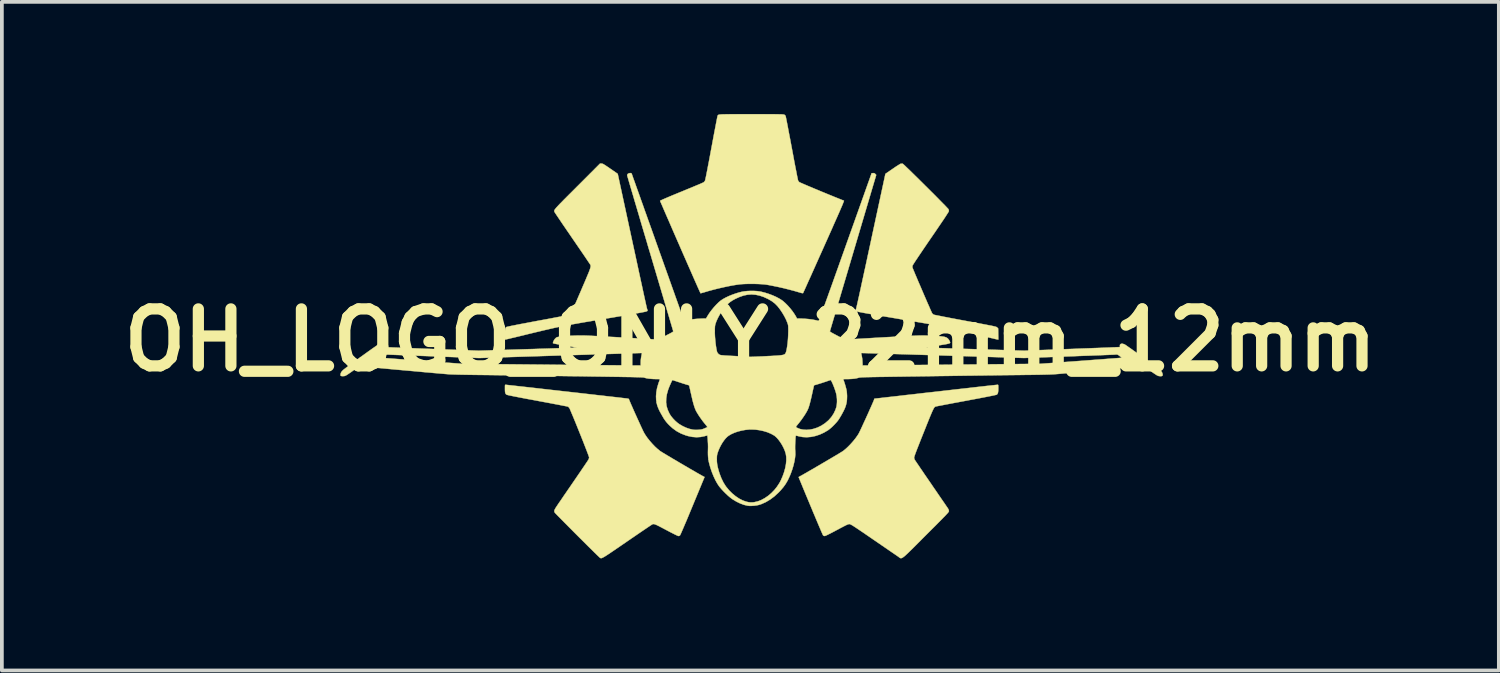
<source format=kicad_pcb>
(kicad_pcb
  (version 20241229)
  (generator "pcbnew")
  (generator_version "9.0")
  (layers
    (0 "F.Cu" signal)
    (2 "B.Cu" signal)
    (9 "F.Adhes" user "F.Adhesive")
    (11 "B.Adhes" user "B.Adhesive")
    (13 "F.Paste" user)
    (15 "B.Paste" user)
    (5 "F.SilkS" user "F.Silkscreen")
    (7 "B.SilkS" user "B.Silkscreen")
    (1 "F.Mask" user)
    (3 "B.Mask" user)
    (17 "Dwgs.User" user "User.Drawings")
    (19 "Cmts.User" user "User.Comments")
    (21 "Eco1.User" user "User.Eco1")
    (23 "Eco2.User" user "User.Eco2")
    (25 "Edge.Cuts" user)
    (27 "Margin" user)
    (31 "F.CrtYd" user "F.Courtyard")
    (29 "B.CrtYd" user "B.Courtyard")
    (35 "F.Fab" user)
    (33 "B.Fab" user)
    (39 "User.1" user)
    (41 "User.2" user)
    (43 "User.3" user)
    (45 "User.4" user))
  (footprint "OH_LOGO_ONLY_22mm_12mm"
    (layer "F.Cu")
    (at 17.025 6.049)
    (property "Reference" "OH_LOGO_ONLY_22mm_12mm" (at 0 0 0) (layer "F.SilkS") (effects (font (size 1.524 1.524) (thickness 0.3))))
    (attr through_hole)
    (fp_poly (pts (xy 4.076 -4.719) (xy 4.085 -4.712) (xy 4.105 -4.694) (xy 4.135 -4.667) (xy 4.173 -4.63) (xy 4.22 -4.585) (xy 4.274 -4.533) (xy 4.333 -4.475) (xy 4.398 -4.411) (xy 4.467 -4.344) (xy 4.538 -4.273) (xy 4.612 -4.2) (xy 4.686 -4.126) (xy 4.761 -4.052) (xy 4.835 -3.978) (xy 4.907 -3.907) (xy 4.975 -3.838) (xy 5.04 -3.772) (xy 5.1 -3.711) (xy 5.154 -3.656) (xy 5.202 -3.608) (xy 5.241 -3.567) (xy 5.271 -3.535) (xy 5.292 -3.513) (xy 5.302 -3.501) (xy 5.302 -3.5) (xy 5.311 -3.468) (xy 5.311 -3.448) (xy 5.305 -3.436) (xy 5.289 -3.409) (xy 5.264 -3.37) (xy 5.23 -3.317) (xy 5.186 -3.25) (xy 5.132 -3.17) (xy 5.069 -3.077) (xy 4.997 -2.971) (xy 4.916 -2.852) (xy 4.826 -2.721) (xy 4.747 -2.606) (xy 4.674 -2.499) (xy 4.607 -2.4) (xy 4.547 -2.311) (xy 4.493 -2.231) (xy 4.447 -2.162) (xy 4.408 -2.103) (xy 4.378 -2.056) (xy 4.356 -2.021) (xy 4.343 -1.999) (xy 4.339 -1.992) (xy 4.336 -1.966) (xy 4.337 -1.944) (xy 4.337 -1.943) (xy 4.341 -1.931) (xy 4.352 -1.904) (xy 4.368 -1.865) (xy 4.389 -1.815) (xy 4.413 -1.756) (xy 4.442 -1.689) (xy 4.473 -1.615) (xy 4.507 -1.535) (xy 4.543 -1.453) (xy 4.579 -1.368) (xy 4.616 -1.282) (xy 4.652 -1.198) (xy 4.688 -1.115) (xy 4.722 -1.036) (xy 4.754 -0.963) (xy 4.784 -0.896) (xy 4.809 -0.837) (xy 4.831 -0.788) (xy 4.848 -0.75) (xy 4.86 -0.725) (xy 4.866 -0.714) (xy 4.866 -0.714) (xy 4.886 -0.694) (xy 4.906 -0.681) (xy 4.917 -0.677) (xy 4.944 -0.671) (xy 4.985 -0.663) (xy 5.039 -0.652) (xy 5.106 -0.639) (xy 5.183 -0.623) (xy 5.27 -0.607) (xy 5.365 -0.588) (xy 5.468 -0.569) (xy 5.577 -0.548) (xy 5.691 -0.527) (xy 5.754 -0.515) (xy 5.889 -0.49) (xy 6.009 -0.468) (xy 6.114 -0.448) (xy 6.205 -0.431) (xy 6.284 -0.416) (xy 6.351 -0.403) (xy 6.408 -0.392) (xy 6.455 -0.383) (xy 6.493 -0.375) (xy 6.523 -0.368) (xy 6.547 -0.362) (xy 6.565 -0.357) (xy 6.578 -0.353) (xy 6.588 -0.349) (xy 6.595 -0.345) (xy 6.6 -0.341) (xy 6.604 -0.337) (xy 6.604 -0.337) (xy 6.63 -0.311) (xy 6.632 -0.163) (xy 6.635 -0.015) (xy 6.615 -0.016) (xy 6.604 -0.018) (xy 6.577 -0.024) (xy 6.537 -0.033) (xy 6.486 -0.046) (xy 6.423 -0.06) (xy 6.352 -0.078) (xy 6.273 -0.097) (xy 6.188 -0.117) (xy 6.101 -0.139) (xy 5.913 -0.185) (xy 5.741 -0.226) (xy 5.583 -0.263) (xy 5.44 -0.297) (xy 5.31 -0.326) (xy 5.193 -0.352) (xy 5.088 -0.374) (xy 4.995 -0.393) (xy 4.958 -0.4) (xy 4.928 -0.405) (xy 4.883 -0.413) (xy 4.824 -0.423) (xy 4.752 -0.436) (xy 4.669 -0.45) (xy 4.576 -0.466) (xy 4.473 -0.483) (xy 4.363 -0.502) (xy 4.247 -0.522) (xy 4.126 -0.542) (xy 4.001 -0.563) (xy 3.873 -0.585) (xy 3.861 -0.587) (xy 3.736 -0.608) (xy 3.615 -0.628) (xy 3.499 -0.648) (xy 3.389 -0.667) (xy 3.287 -0.685) (xy 3.193 -0.701) (xy 3.108 -0.716) (xy 3.034 -0.729) (xy 2.973 -0.741) (xy 2.924 -0.75) (xy 2.889 -0.757) (xy 2.87 -0.761) (xy 2.868 -0.762) (xy 2.839 -0.772) (xy 2.824 -0.78) (xy 2.818 -0.788) (xy 2.819 -0.797) (xy 2.823 -0.811) (xy 2.828 -0.828) (xy 2.833 -0.849) (xy 2.84 -0.876) (xy 2.847 -0.908) (xy 2.856 -0.946) (xy 2.866 -0.991) (xy 2.878 -1.043) (xy 2.891 -1.104) (xy 2.907 -1.173) (xy 2.924 -1.252) (xy 2.944 -1.341) (xy 2.965 -1.441) (xy 2.989 -1.552) (xy 3.016 -1.675) (xy 3.045 -1.81) (xy 3.078 -1.959) (xy 3.113 -2.122) (xy 3.151 -2.3) (xy 3.193 -2.493) (xy 3.238 -2.702) (xy 3.239 -2.708) (xy 3.614 -4.448) (xy 3.811 -4.583) (xy 3.863 -4.619) (xy 3.911 -4.651) (xy 3.954 -4.678) (xy 3.99 -4.7) (xy 4.016 -4.715) (xy 4.03 -4.721) (xy 4.031 -4.721) (xy 4.057 -4.721) (xy 4.076 -4.719)) (stroke (width 0.01) (type solid)) (fill yes) (layer "F.SilkS"))
    (fp_poly (pts (xy -3.983 -4.723) (xy -3.971 -4.722) (xy -3.959 -4.719) (xy -3.944 -4.714) (xy -3.925 -4.704) (xy -3.901 -4.689) (xy -3.869 -4.669) (xy -3.828 -4.641) (xy -3.775 -4.605) (xy -3.746 -4.585) (xy -3.548 -4.448) (xy -3.165 -2.674) (xy -3.128 -2.503) (xy -3.092 -2.337) (xy -3.057 -2.175) (xy -3.023 -2.018) (xy -2.991 -1.868) (xy -2.96 -1.726) (xy -2.931 -1.591) (xy -2.903 -1.465) (xy -2.878 -1.348) (xy -2.855 -1.242) (xy -2.834 -1.147) (xy -2.816 -1.064) (xy -2.8 -0.993) (xy -2.788 -0.936) (xy -2.778 -0.894) (xy -2.772 -0.866) (xy -2.769 -0.854) (xy -2.76 -0.826) (xy -2.753 -0.802) (xy -2.75 -0.793) (xy -2.751 -0.784) (xy -2.761 -0.776) (xy -2.784 -0.767) (xy -2.803 -0.761) (xy -2.819 -0.757) (xy -2.851 -0.751) (xy -2.897 -0.742) (xy -2.956 -0.731) (xy -3.027 -0.718) (xy -3.11 -0.704) (xy -3.202 -0.687) (xy -3.304 -0.67) (xy -3.412 -0.651) (xy -3.528 -0.632) (xy -3.649 -0.611) (xy -3.774 -0.59) (xy -3.822 -0.582) (xy -3.992 -0.554) (xy -4.145 -0.528) (xy -4.285 -0.504) (xy -4.413 -0.483) (xy -4.529 -0.463) (xy -4.635 -0.444) (xy -4.732 -0.427) (xy -4.823 -0.411) (xy -4.907 -0.395) (xy -4.988 -0.38) (xy -5.065 -0.364) (xy -5.14 -0.349) (xy -5.215 -0.333) (xy -5.291 -0.316) (xy -5.37 -0.298) (xy -5.452 -0.279) (xy -5.539 -0.259) (xy -5.633 -0.236) (xy -5.735 -0.212) (xy -5.846 -0.185) (xy -5.967 -0.156) (xy -6.002 -0.147) (xy -6.095 -0.124) (xy -6.183 -0.103) (xy -6.265 -0.083) (xy -6.34 -0.065) (xy -6.406 -0.05) (xy -6.461 -0.036) (xy -6.505 -0.026) (xy -6.536 -0.019) (xy -6.552 -0.016) (xy -6.554 -0.015) (xy -6.559 -0.019) (xy -6.562 -0.03) (xy -6.564 -0.052) (xy -6.565 -0.086) (xy -6.566 -0.134) (xy -6.566 -0.155) (xy -6.565 -0.214) (xy -6.563 -0.259) (xy -6.56 -0.291) (xy -6.555 -0.315) (xy -6.546 -0.331) (xy -6.535 -0.344) (xy -6.526 -0.35) (xy -6.515 -0.353) (xy -6.487 -0.36) (xy -6.445 -0.369) (xy -6.389 -0.381) (xy -6.32 -0.394) (xy -6.238 -0.411) (xy -6.145 -0.429) (xy -6.041 -0.448) (xy -5.927 -0.47) (xy -5.805 -0.493) (xy -5.683 -0.516) (xy -5.547 -0.541) (xy -5.426 -0.563) (xy -5.32 -0.583) (xy -5.228 -0.601) (xy -5.148 -0.616) (xy -5.08 -0.629) (xy -5.023 -0.64) (xy -4.975 -0.65) (xy -4.936 -0.658) (xy -4.905 -0.665) (xy -4.881 -0.671) (xy -4.862 -0.676) (xy -4.848 -0.681) (xy -4.837 -0.685) (xy -4.829 -0.689) (xy -4.826 -0.691) (xy -4.819 -0.696) (xy -4.813 -0.702) (xy -4.807 -0.709) (xy -4.799 -0.72) (xy -4.791 -0.734) (xy -4.78 -0.754) (xy -4.768 -0.78) (xy -4.752 -0.814) (xy -4.733 -0.856) (xy -4.71 -0.907) (xy -4.684 -0.968) (xy -4.652 -1.041) (xy -4.615 -1.127) (xy -4.572 -1.227) (xy -4.532 -1.319) (xy -4.483 -1.435) (xy -4.439 -1.536) (xy -4.402 -1.623) (xy -4.371 -1.698) (xy -4.344 -1.762) (xy -4.322 -1.815) (xy -4.305 -1.86) (xy -4.292 -1.896) (xy -4.282 -1.926) (xy -4.276 -1.949) (xy -4.273 -1.968) (xy -4.272 -1.983) (xy -4.273 -1.995) (xy -4.276 -2.005) (xy -4.28 -2.015) (xy -4.283 -2.021) (xy -4.29 -2.031) (xy -4.305 -2.054) (xy -4.329 -2.089) (xy -4.36 -2.135) (xy -4.398 -2.192) (xy -4.442 -2.257) (xy -4.492 -2.33) (xy -4.547 -2.41) (xy -4.606 -2.496) (xy -4.668 -2.587) (xy -4.734 -2.683) (xy -4.763 -2.725) (xy -4.829 -2.822) (xy -4.893 -2.915) (xy -4.953 -3.003) (xy -5.01 -3.086) (xy -5.061 -3.162) (xy -5.108 -3.231) (xy -5.148 -3.291) (xy -5.182 -3.341) (xy -5.209 -3.381) (xy -5.227 -3.409) (xy -5.237 -3.425) (xy -5.239 -3.428) (xy -5.242 -3.437) (xy -5.245 -3.445) (xy -5.246 -3.453) (xy -5.245 -3.463) (xy -5.242 -3.474) (xy -5.235 -3.487) (xy -5.224 -3.503) (xy -5.208 -3.523) (xy -5.187 -3.548) (xy -5.16 -3.577) (xy -5.127 -3.613) (xy -5.086 -3.656) (xy -5.037 -3.705) (xy -4.98 -3.764) (xy -4.913 -3.831) (xy -4.837 -3.907) (xy -4.75 -3.994) (xy -4.652 -4.092) (xy -4.629 -4.115) (xy -4.021 -4.723) (xy -3.983 -4.723)) (stroke (width 0.01) (type solid)) (fill yes) (layer "F.SilkS"))
    (fp_poly (pts (xy -0.007 -6.044) (xy 0.035 -6.044) (xy 0.174 -6.044) (xy 0.298 -6.044) (xy 0.407 -6.043) (xy 0.502 -6.043) (xy 0.583 -6.043) (xy 0.653 -6.043) (xy 0.712 -6.042) (xy 0.761 -6.041) (xy 0.801 -6.04) (xy 0.833 -6.04) (xy 0.858 -6.038) (xy 0.877 -6.037) (xy 0.89 -6.035) (xy 0.9 -6.033) (xy 0.907 -6.031) (xy 0.911 -6.03) (xy 0.931 -6.013) (xy 0.944 -5.996) (xy 0.946 -5.985) (xy 0.952 -5.958) (xy 0.96 -5.917) (xy 0.971 -5.863) (xy 0.984 -5.797) (xy 0.999 -5.72) (xy 1.015 -5.633) (xy 1.033 -5.538) (xy 1.053 -5.435) (xy 1.074 -5.325) (xy 1.095 -5.211) (xy 1.11 -5.133) (xy 1.132 -5.015) (xy 1.153 -4.902) (xy 1.173 -4.794) (xy 1.192 -4.694) (xy 1.21 -4.601) (xy 1.227 -4.517) (xy 1.241 -4.443) (xy 1.253 -4.381) (xy 1.264 -4.331) (xy 1.271 -4.294) (xy 1.276 -4.273) (xy 1.278 -4.267) (xy 1.294 -4.244) (xy 1.31 -4.226) (xy 1.32 -4.221) (xy 1.344 -4.21) (xy 1.381 -4.194) (xy 1.429 -4.173) (xy 1.487 -4.148) (xy 1.553 -4.12) (xy 1.625 -4.09) (xy 1.703 -4.057) (xy 1.785 -4.023) (xy 1.868 -3.988) (xy 1.953 -3.953) (xy 2.036 -3.919) (xy 2.118 -3.885) (xy 2.195 -3.854) (xy 2.267 -3.824) (xy 2.333 -3.798) (xy 2.39 -3.775) (xy 2.437 -3.756) (xy 2.473 -3.742) (xy 2.496 -3.733) (xy 2.504 -3.731) (xy 2.505 -3.728) (xy 2.503 -3.72) (xy 2.498 -3.706) (xy 2.49 -3.685) (xy 2.479 -3.657) (xy 2.465 -3.621) (xy 2.446 -3.577) (xy 2.423 -3.524) (xy 2.396 -3.461) (xy 2.364 -3.388) (xy 2.327 -3.304) (xy 2.284 -3.208) (xy 2.236 -3.1) (xy 2.183 -2.979) (xy 2.123 -2.845) (xy 2.057 -2.697) (xy 1.984 -2.534) (xy 1.969 -2.5) (xy 1.908 -2.364) (xy 1.848 -2.231) (xy 1.791 -2.103) (xy 1.737 -1.982) (xy 1.685 -1.866) (xy 1.637 -1.759) (xy 1.592 -1.659) (xy 1.551 -1.569) (xy 1.515 -1.488) (xy 1.484 -1.419) (xy 1.458 -1.361) (xy 1.437 -1.315) (xy 1.422 -1.283) (xy 1.414 -1.264) (xy 1.412 -1.26) (xy 1.407 -1.256) (xy 1.396 -1.256) (xy 1.378 -1.258) (xy 1.35 -1.265) (xy 1.309 -1.277) (xy 1.282 -1.285) (xy 1.161 -1.32) (xy 1.03 -1.354) (xy 0.896 -1.388) (xy 0.76 -1.419) (xy 0.629 -1.446) (xy 0.507 -1.47) (xy 0.419 -1.485) (xy 0.369 -1.491) (xy 0.304 -1.496) (xy 0.23 -1.5) (xy 0.149 -1.503) (xy 0.064 -1.504) (xy -0.021 -1.504) (xy -0.102 -1.503) (xy -0.176 -1.5) (xy -0.24 -1.496) (xy -0.274 -1.493) (xy -0.371 -1.48) (xy -0.48 -1.462) (xy -0.599 -1.439) (xy -0.724 -1.412) (xy -0.852 -1.383) (xy -0.979 -1.351) (xy -1.102 -1.318) (xy -1.187 -1.293) (xy -1.233 -1.279) (xy -1.273 -1.268) (xy -1.305 -1.259) (xy -1.325 -1.253) (xy -1.331 -1.252) (xy -1.335 -1.259) (xy -1.346 -1.282) (xy -1.362 -1.318) (xy -1.384 -1.367) (xy -1.412 -1.429) (xy -1.444 -1.502) (xy -1.481 -1.585) (xy -1.522 -1.678) (xy -1.567 -1.781) (xy -1.615 -1.891) (xy -1.667 -2.008) (xy -1.721 -2.132) (xy -1.778 -2.262) (xy -1.837 -2.396) (xy -1.875 -2.484) (xy -1.935 -2.621) (xy -1.993 -2.754) (xy -2.049 -2.882) (xy -2.102 -3.004) (xy -2.152 -3.12) (xy -2.199 -3.228) (xy -2.243 -3.328) (xy -2.282 -3.418) (xy -2.317 -3.499) (xy -2.347 -3.569) (xy -2.372 -3.627) (xy -2.392 -3.672) (xy -2.406 -3.704) (xy -2.413 -3.723) (xy -2.415 -3.726) (xy -2.408 -3.731) (xy -2.385 -3.742) (xy -2.349 -3.759) (xy -2.299 -3.781) (xy -2.236 -3.808) (xy -2.161 -3.84) (xy -2.075 -3.876) (xy -1.978 -3.916) (xy -1.871 -3.96) (xy -1.848 -3.969) (xy -1.754 -4.008) (xy -1.665 -4.045) (xy -1.58 -4.079) (xy -1.503 -4.112) (xy -1.433 -4.141) (xy -1.373 -4.166) (xy -1.324 -4.187) (xy -1.286 -4.204) (xy -1.262 -4.215) (xy -1.253 -4.219) (xy -1.231 -4.239) (xy -1.213 -4.264) (xy -1.212 -4.266) (xy -1.208 -4.279) (xy -1.202 -4.308) (xy -1.192 -4.352) (xy -1.18 -4.41) (xy -1.166 -4.482) (xy -1.149 -4.566) (xy -1.131 -4.663) (xy -1.11 -4.77) (xy -1.088 -4.888) (xy -1.064 -5.016) (xy -1.041 -5.141) (xy -1.019 -5.258) (xy -0.998 -5.371) (xy -0.978 -5.479) (xy -0.959 -5.579) (xy -0.941 -5.672) (xy -0.925 -5.755) (xy -0.911 -5.828) (xy -0.899 -5.89) (xy -0.889 -5.94) (xy -0.882 -5.976) (xy -0.877 -5.997) (xy -0.875 -6.002) (xy -0.872 -6.009) (xy -0.868 -6.015) (xy -0.864 -6.02) (xy -0.857 -6.024) (xy -0.848 -6.028) (xy -0.834 -6.032) (xy -0.816 -6.034) (xy -0.791 -6.037) (xy -0.76 -6.039) (xy -0.721 -6.04) (xy -0.673 -6.041) (xy -0.615 -6.042) (xy -0.546 -6.043) (xy -0.466 -6.043) (xy -0.373 -6.043) (xy -0.266 -6.044) (xy -0.144 -6.044) (xy -0.007 -6.044)) (stroke (width 0.01) (type solid)) (fill yes) (layer "F.SilkS"))
    (fp_poly (pts (xy -6.538 1.196) (xy -6.512 1.199) (xy -6.472 1.204) (xy -6.417 1.21) (xy -6.35 1.217) (xy -6.271 1.226) (xy -6.181 1.236) (xy -6.082 1.247) (xy -5.973 1.259) (xy -5.856 1.272) (xy -5.733 1.286) (xy -5.604 1.301) (xy -5.47 1.316) (xy -5.332 1.332) (xy -5.191 1.347) (xy -5.048 1.364) (xy -4.904 1.38) (xy -4.76 1.396) (xy -4.618 1.412) (xy -4.477 1.428) (xy -4.34 1.444) (xy -4.206 1.459) (xy -4.078 1.474) (xy -3.955 1.487) (xy -3.84 1.501) (xy -3.733 1.513) (xy -3.634 1.524) (xy -3.546 1.534) (xy -3.469 1.543) (xy -3.403 1.551) (xy -3.351 1.557) (xy -3.313 1.561) (xy -3.29 1.564) (xy -3.283 1.565) (xy -3.26 1.57) (xy -3.249 1.578) (xy -3.244 1.594) (xy -3.239 1.606) (xy -3.228 1.633) (xy -3.212 1.671) (xy -3.191 1.72) (xy -3.166 1.776) (xy -3.138 1.84) (xy -3.108 1.908) (xy -3.076 1.98) (xy -3.043 2.052) (xy -3.01 2.125) (xy -2.978 2.195) (xy -2.948 2.261) (xy -2.92 2.322) (xy -2.895 2.375) (xy -2.875 2.419) (xy -2.858 2.452) (xy -2.851 2.468) (xy -2.809 2.538) (xy -2.756 2.615) (xy -2.694 2.693) (xy -2.626 2.771) (xy -2.556 2.845) (xy -2.485 2.91) (xy -2.418 2.965) (xy -2.417 2.966) (xy -2.402 2.976) (xy -2.373 2.994) (xy -2.333 3.019) (xy -2.282 3.049) (xy -2.223 3.085) (xy -2.156 3.124) (xy -2.084 3.168) (xy -2.006 3.213) (xy -1.926 3.261) (xy -1.844 3.309) (xy -1.762 3.357) (xy -1.681 3.404) (xy -1.603 3.45) (xy -1.529 3.492) (xy -1.461 3.532) (xy -1.4 3.567) (xy -1.347 3.597) (xy -1.305 3.621) (xy -1.274 3.638) (xy -1.263 3.644) (xy -1.225 3.663) (xy -1.546 4.438) (xy -1.603 4.575) (xy -1.655 4.701) (xy -1.702 4.814) (xy -1.745 4.914) (xy -1.782 5.001) (xy -1.814 5.075) (xy -1.84 5.135) (xy -1.86 5.18) (xy -1.875 5.211) (xy -1.883 5.226) (xy -1.884 5.228) (xy -1.906 5.239) (xy -1.924 5.242) (xy -1.936 5.239) (xy -1.961 5.227) (xy -1.998 5.21) (xy -2.044 5.187) (xy -2.099 5.159) (xy -2.16 5.128) (xy -2.225 5.093) (xy -2.247 5.082) (xy -2.326 5.04) (xy -2.391 5.006) (xy -2.444 4.978) (xy -2.487 4.957) (xy -2.521 4.941) (xy -2.548 4.931) (xy -2.569 4.924) (xy -2.586 4.922) (xy -2.6 4.922) (xy -2.613 4.925) (xy -2.622 4.928) (xy -2.631 4.934) (xy -2.654 4.949) (xy -2.689 4.972) (xy -2.734 5.002) (xy -2.79 5.04) (xy -2.854 5.083) (xy -2.926 5.132) (xy -3.005 5.186) (xy -3.091 5.245) (xy -3.181 5.306) (xy -3.275 5.371) (xy -3.296 5.385) (xy -3.409 5.463) (xy -3.508 5.531) (xy -3.595 5.59) (xy -3.671 5.642) (xy -3.736 5.686) (xy -3.791 5.723) (xy -3.838 5.754) (xy -3.877 5.779) (xy -3.909 5.798) (xy -3.935 5.813) (xy -3.956 5.823) (xy -3.972 5.83) (xy -3.985 5.834) (xy -3.996 5.835) (xy -4.004 5.833) (xy -4.012 5.83) (xy -4.02 5.826) (xy -4.021 5.825) (xy -4.03 5.818) (xy -4.05 5.799) (xy -4.08 5.77) (xy -4.119 5.733) (xy -4.166 5.687) (xy -4.219 5.634) (xy -4.279 5.575) (xy -4.344 5.511) (xy -4.412 5.443) (xy -4.483 5.372) (xy -4.557 5.299) (xy -4.631 5.225) (xy -4.705 5.151) (xy -4.778 5.077) (xy -4.849 5.006) (xy -4.917 4.937) (xy -4.981 4.873) (xy -5.04 4.813) (xy -5.093 4.759) (xy -5.139 4.713) (xy -5.177 4.674) (xy -5.206 4.644) (xy -5.225 4.624) (xy -5.233 4.614) (xy -5.233 4.614) (xy -5.241 4.596) (xy -5.245 4.578) (xy -5.243 4.558) (xy -5.234 4.535) (xy -5.218 4.505) (xy -5.194 4.466) (xy -5.161 4.417) (xy -5.157 4.411) (xy -5.138 4.382) (xy -5.11 4.341) (xy -5.074 4.29) (xy -5.032 4.228) (xy -4.985 4.158) (xy -4.932 4.082) (xy -4.876 4) (xy -4.817 3.915) (xy -4.757 3.827) (xy -4.703 3.748) (xy -4.644 3.662) (xy -4.588 3.58) (xy -4.535 3.503) (xy -4.487 3.431) (xy -4.443 3.367) (xy -4.405 3.31) (xy -4.373 3.263) (xy -4.349 3.226) (xy -4.333 3.201) (xy -4.325 3.188) (xy -4.325 3.187) (xy -4.317 3.161) (xy -4.313 3.137) (xy -4.317 3.125) (xy -4.326 3.098) (xy -4.34 3.059) (xy -4.359 3.009) (xy -4.382 2.948) (xy -4.409 2.879) (xy -4.438 2.804) (xy -4.47 2.722) (xy -4.504 2.637) (xy -4.539 2.549) (xy -4.575 2.46) (xy -4.611 2.37) (xy -4.646 2.283) (xy -4.68 2.199) (xy -4.713 2.119) (xy -4.743 2.046) (xy -4.771 1.98) (xy -4.795 1.923) (xy -4.815 1.876) (xy -4.83 1.841) (xy -4.841 1.819) (xy -4.845 1.813) (xy -4.862 1.794) (xy -4.878 1.781) (xy -4.88 1.78) (xy -4.89 1.778) (xy -4.915 1.772) (xy -4.955 1.764) (xy -5.009 1.754) (xy -5.074 1.741) (xy -5.15 1.726) (xy -5.236 1.71) (xy -5.33 1.692) (xy -5.431 1.673) (xy -5.539 1.653) (xy -5.652 1.632) (xy -5.698 1.623) (xy -5.844 1.596) (xy -5.975 1.572) (xy -6.09 1.55) (xy -6.19 1.531) (xy -6.276 1.514) (xy -6.348 1.5) (xy -6.406 1.488) (xy -6.453 1.478) (xy -6.487 1.47) (xy -6.51 1.464) (xy -6.522 1.46) (xy -6.523 1.459) (xy -6.54 1.445) (xy -6.551 1.428) (xy -6.559 1.406) (xy -6.563 1.374) (xy -6.565 1.331) (xy -6.565 1.299) (xy -6.565 1.256) (xy -6.565 1.227) (xy -6.563 1.209) (xy -6.56 1.199) (xy -6.554 1.196) (xy -6.548 1.195) (xy -6.538 1.196)) (stroke (width 0.01) (type solid)) (fill yes) (layer "F.SilkS"))
    (fp_poly (pts (xy 6.623 1.196) (xy 6.628 1.199) (xy 6.632 1.209) (xy 6.633 1.227) (xy 6.634 1.257) (xy 6.634 1.293) (xy 6.633 1.35) (xy 6.628 1.393) (xy 6.62 1.425) (xy 6.607 1.447) (xy 6.59 1.461) (xy 6.579 1.464) (xy 6.552 1.47) (xy 6.511 1.479) (xy 6.456 1.491) (xy 6.389 1.504) (xy 6.31 1.52) (xy 6.221 1.537) (xy 6.123 1.556) (xy 6.017 1.576) (xy 5.903 1.597) (xy 5.784 1.62) (xy 5.767 1.623) (xy 5.652 1.644) (xy 5.543 1.665) (xy 5.438 1.684) (xy 5.341 1.703) (xy 5.252 1.719) (xy 5.172 1.735) (xy 5.103 1.748) (xy 5.045 1.759) (xy 5 1.768) (xy 4.968 1.775) (xy 4.952 1.779) (xy 4.95 1.779) (xy 4.941 1.785) (xy 4.933 1.791) (xy 4.924 1.801) (xy 4.915 1.814) (xy 4.904 1.832) (xy 4.892 1.856) (xy 4.877 1.886) (xy 4.86 1.924) (xy 4.84 1.971) (xy 4.816 2.027) (xy 4.788 2.095) (xy 4.756 2.174) (xy 4.719 2.266) (xy 4.677 2.372) (xy 4.637 2.472) (xy 4.584 2.604) (xy 4.538 2.72) (xy 4.498 2.822) (xy 4.464 2.908) (xy 4.436 2.981) (xy 4.414 3.04) (xy 4.398 3.085) (xy 4.388 3.117) (xy 4.382 3.136) (xy 4.382 3.141) (xy 4.385 3.169) (xy 4.394 3.195) (xy 4.394 3.196) (xy 4.401 3.206) (xy 4.416 3.229) (xy 4.44 3.265) (xy 4.471 3.311) (xy 4.509 3.366) (xy 4.552 3.431) (xy 4.602 3.503) (xy 4.655 3.582) (xy 4.713 3.666) (xy 4.774 3.755) (xy 4.832 3.839) (xy 4.895 3.932) (xy 4.957 4.022) (xy 5.015 4.107) (xy 5.07 4.187) (xy 5.12 4.26) (xy 5.165 4.325) (xy 5.204 4.382) (xy 5.236 4.429) (xy 5.261 4.466) (xy 5.278 4.49) (xy 5.285 4.5) (xy 5.306 4.539) (xy 5.313 4.572) (xy 5.313 4.578) (xy 5.311 4.584) (xy 5.308 4.591) (xy 5.301 4.601) (xy 5.292 4.613) (xy 5.279 4.629) (xy 5.26 4.649) (xy 5.237 4.674) (xy 5.208 4.705) (xy 5.171 4.742) (xy 5.128 4.787) (xy 5.076 4.839) (xy 5.016 4.9) (xy 4.947 4.97) (xy 4.867 5.049) (xy 4.776 5.14) (xy 4.697 5.219) (xy 4.595 5.321) (xy 4.505 5.412) (xy 4.425 5.492) (xy 4.355 5.562) (xy 4.294 5.622) (xy 4.241 5.674) (xy 4.196 5.717) (xy 4.158 5.752) (xy 4.126 5.781) (xy 4.098 5.802) (xy 4.076 5.818) (xy 4.057 5.828) (xy 4.041 5.834) (xy 4.027 5.835) (xy 4.014 5.832) (xy 4.002 5.827) (xy 3.99 5.819) (xy 3.977 5.809) (xy 3.963 5.797) (xy 3.948 5.787) (xy 3.931 5.775) (xy 3.9 5.754) (xy 3.858 5.725) (xy 3.805 5.689) (xy 3.744 5.647) (xy 3.674 5.599) (xy 3.597 5.546) (xy 3.515 5.49) (xy 3.428 5.43) (xy 3.337 5.368) (xy 3.286 5.333) (xy 3.18 5.26) (xy 3.088 5.197) (xy 3.008 5.142) (xy 2.938 5.095) (xy 2.879 5.055) (xy 2.83 5.022) (xy 2.788 4.995) (xy 2.755 4.973) (xy 2.727 4.956) (xy 2.706 4.944) (xy 2.689 4.935) (xy 2.676 4.929) (xy 2.666 4.925) (xy 2.657 4.923) (xy 2.655 4.923) (xy 2.645 4.923) (xy 2.634 4.924) (xy 2.621 4.927) (xy 2.604 4.932) (xy 2.583 4.942) (xy 2.554 4.955) (xy 2.517 4.974) (xy 2.471 4.998) (xy 2.413 5.028) (xy 2.343 5.066) (xy 2.314 5.081) (xy 2.232 5.125) (xy 2.16 5.162) (xy 2.099 5.193) (xy 2.051 5.217) (xy 2.015 5.233) (xy 1.993 5.241) (xy 1.988 5.242) (xy 1.961 5.235) (xy 1.946 5.223) (xy 1.941 5.213) (xy 1.93 5.189) (xy 1.913 5.151) (xy 1.891 5.101) (xy 1.865 5.039) (xy 1.834 4.967) (xy 1.8 4.886) (xy 1.762 4.797) (xy 1.722 4.701) (xy 1.679 4.6) (xy 1.635 4.493) (xy 1.589 4.383) (xy 1.542 4.27) (xy 1.494 4.156) (xy 1.447 4.042) (xy 1.4 3.928) (xy 1.354 3.816) (xy 1.309 3.707) (xy 1.294 3.671) (xy 1.298 3.66) (xy 1.306 3.656) (xy 1.318 3.65) (xy 1.343 3.636) (xy 1.38 3.616) (xy 1.427 3.589) (xy 1.483 3.557) (xy 1.547 3.52) (xy 1.618 3.479) (xy 1.693 3.436) (xy 1.771 3.39) (xy 1.852 3.343) (xy 1.933 3.295) (xy 2.014 3.248) (xy 2.093 3.201) (xy 2.168 3.157) (xy 2.239 3.115) (xy 2.303 3.077) (xy 2.36 3.043) (xy 2.407 3.014) (xy 2.445 2.991) (xy 2.47 2.975) (xy 2.481 2.968) (xy 2.548 2.914) (xy 2.619 2.848) (xy 2.691 2.773) (xy 2.76 2.695) (xy 2.823 2.615) (xy 2.877 2.538) (xy 2.899 2.501) (xy 2.909 2.482) (xy 2.925 2.45) (xy 2.946 2.407) (xy 2.971 2.354) (xy 2.999 2.293) (xy 3.03 2.225) (xy 3.063 2.154) (xy 3.097 2.08) (xy 3.131 2.005) (xy 3.164 1.932) (xy 3.195 1.861) (xy 3.225 1.795) (xy 3.251 1.736) (xy 3.273 1.685) (xy 3.291 1.644) (xy 3.303 1.615) (xy 3.308 1.601) (xy 3.314 1.581) (xy 3.318 1.569) (xy 3.319 1.568) (xy 3.327 1.567) (xy 3.351 1.564) (xy 3.391 1.56) (xy 3.445 1.554) (xy 3.513 1.546) (xy 3.593 1.537) (xy 3.685 1.526) (xy 3.789 1.515) (xy 3.903 1.502) (xy 4.026 1.488) (xy 4.158 1.472) (xy 4.298 1.457) (xy 4.446 1.44) (xy 4.599 1.422) (xy 4.758 1.404) (xy 4.922 1.386) (xy 4.957 1.382) (xy 5.122 1.363) (xy 5.282 1.345) (xy 5.438 1.327) (xy 5.587 1.31) (xy 5.73 1.294) (xy 5.865 1.279) (xy 5.991 1.264) (xy 6.109 1.251) (xy 6.216 1.239) (xy 6.312 1.228) (xy 6.396 1.219) (xy 6.468 1.211) (xy 6.527 1.205) (xy 6.571 1.2) (xy 6.6 1.197) (xy 6.613 1.195) (xy 6.614 1.195) (xy 6.623 1.196)) (stroke (width 0.01) (type solid)) (fill yes) (layer "F.SilkS"))
    (fp_poly (pts (xy -3.193 -4.467) (xy -3.18 -4.461) (xy -3.173 -4.447) (xy -3.172 -4.446) (xy -3.167 -4.432) (xy -3.157 -4.403) (xy -3.142 -4.36) (xy -3.122 -4.303) (xy -3.097 -4.235) (xy -3.069 -4.155) (xy -3.037 -4.065) (xy -3.001 -3.965) (xy -2.962 -3.856) (xy -2.921 -3.74) (xy -2.877 -3.618) (xy -2.832 -3.489) (xy -2.784 -3.356) (xy -2.735 -3.218) (xy -2.685 -3.078) (xy -2.634 -2.936) (xy -2.583 -2.792) (xy -2.532 -2.648) (xy -2.481 -2.505) (xy -2.431 -2.363) (xy -2.381 -2.224) (xy -2.333 -2.088) (xy -2.286 -1.956) (xy -2.241 -1.83) (xy -2.198 -1.71) (xy -2.158 -1.597) (xy -2.121 -1.493) (xy -2.087 -1.397) (xy -2.056 -1.311) (xy -2.029 -1.236) (xy -2.007 -1.172) (xy -2.002 -1.158) (xy -1.966 -1.058) (xy -1.932 -0.963) (xy -1.9 -0.873) (xy -1.871 -0.791) (xy -1.844 -0.716) (xy -1.821 -0.651) (xy -1.802 -0.597) (xy -1.786 -0.555) (xy -1.776 -0.525) (xy -1.77 -0.51) (xy -1.769 -0.508) (xy -1.761 -0.51) (xy -1.743 -0.516) (xy -1.738 -0.518) (xy -1.703 -0.53) (xy -1.654 -0.54) (xy -1.594 -0.55) (xy -1.524 -0.559) (xy -1.449 -0.567) (xy -1.371 -0.572) (xy -1.293 -0.576) (xy -1.274 -0.576) (xy -1.185 -0.578) (xy -1.144 -0.647) (xy -1.095 -0.724) (xy -1.037 -0.802) (xy -0.975 -0.878) (xy -0.911 -0.948) (xy -0.848 -1.01) (xy -0.792 -1.057) (xy -0.734 -1.096) (xy -0.662 -1.136) (xy -0.58 -1.175) (xy -0.49 -1.212) (xy -0.397 -1.245) (xy -0.303 -1.274) (xy -0.216 -1.295) (xy -0.148 -1.306) (xy -0.069 -1.313) (xy 0.016 -1.316) (xy 0.102 -1.315) (xy 0.184 -1.31) (xy 0.257 -1.3) (xy 0.284 -1.295) (xy 0.388 -1.269) (xy 0.492 -1.236) (xy 0.593 -1.198) (xy 0.688 -1.156) (xy 0.773 -1.111) (xy 0.846 -1.065) (xy 0.875 -1.043) (xy 0.936 -0.989) (xy 1.001 -0.924) (xy 1.065 -0.851) (xy 1.125 -0.776) (xy 1.177 -0.701) (xy 1.216 -0.638) (xy 1.248 -0.578) (xy 1.344 -0.576) (xy 1.455 -0.571) (xy 1.563 -0.562) (xy 1.664 -0.548) (xy 1.756 -0.531) (xy 1.824 -0.514) (xy 1.826 -0.514) (xy 1.828 -0.516) (xy 1.83 -0.52) (xy 1.834 -0.527) (xy 1.838 -0.536) (xy 1.844 -0.55) (xy 1.851 -0.567) (xy 1.859 -0.589) (xy 1.87 -0.616) (xy 1.882 -0.648) (xy 1.896 -0.687) (xy 1.913 -0.732) (xy 1.932 -0.784) (xy 1.953 -0.843) (xy 1.978 -0.911) (xy 2.005 -0.987) (xy 2.036 -1.072) (xy 2.07 -1.166) (xy 2.107 -1.271) (xy 2.149 -1.386) (xy 2.194 -1.512) (xy 2.243 -1.65) (xy 2.296 -1.799) (xy 2.354 -1.961) (xy 2.416 -2.136) (xy 2.483 -2.324) (xy 2.555 -2.526) (xy 2.632 -2.743) (xy 2.715 -2.975) (xy 2.803 -3.222) (xy 2.811 -3.245) (xy 3.245 -4.465) (xy 3.282 -4.467) (xy 3.308 -4.467) (xy 3.327 -4.46) (xy 3.344 -4.444) (xy 3.368 -4.419) (xy 2.748 -2.326) (xy 2.127 -0.232) (xy 2.15 -0.215) (xy 2.163 -0.206) (xy 2.19 -0.191) (xy 2.226 -0.171) (xy 2.271 -0.147) (xy 2.32 -0.121) (xy 2.35 -0.105) (xy 2.529 -0.013) (xy 3.136 -0.048) (xy 3.316 -0.059) (xy 3.48 -0.068) (xy 3.629 -0.077) (xy 3.764 -0.084) (xy 3.885 -0.091) (xy 3.994 -0.097) (xy 4.091 -0.103) (xy 4.178 -0.107) (xy 4.256 -0.111) (xy 4.324 -0.114) (xy 4.385 -0.117) (xy 4.439 -0.119) (xy 4.487 -0.121) (xy 4.529 -0.122) (xy 4.567 -0.123) (xy 4.602 -0.123) (xy 4.635 -0.123) (xy 4.666 -0.123) (xy 4.696 -0.122) (xy 4.721 -0.121) (xy 4.839 -0.117) (xy 4.944 -0.113) (xy 5.034 -0.107) (xy 5.108 -0.1) (xy 5.167 -0.092) (xy 5.197 -0.086) (xy 5.247 -0.069) (xy 5.285 -0.042) (xy 5.316 -0.002) (xy 5.33 0.023) (xy 5.338 0.04) (xy 5.344 0.054) (xy 5.346 0.065) (xy 5.344 0.074) (xy 5.336 0.082) (xy 5.319 0.09) (xy 5.294 0.097) (xy 5.258 0.105) (xy 5.21 0.114) (xy 5.148 0.124) (xy 5.072 0.137) (xy 5.049 0.141) (xy 4.96 0.156) (xy 4.886 0.168) (xy 4.827 0.179) (xy 4.782 0.187) (xy 4.75 0.193) (xy 4.728 0.198) (xy 4.718 0.201) (xy 4.717 0.203) (xy 4.724 0.204) (xy 4.725 0.204) (xy 4.735 0.204) (xy 4.761 0.205) (xy 4.803 0.206) (xy 4.858 0.208) (xy 4.927 0.21) (xy 5.008 0.212) (xy 5.1 0.215) (xy 5.202 0.218) (xy 5.314 0.222) (xy 5.435 0.226) (xy 5.563 0.23) (xy 5.698 0.234) (xy 5.839 0.238) (xy 5.984 0.243) (xy 6.033 0.244) (xy 7.325 0.284) (xy 8.506 0.24) (xy 8.648 0.235) (xy 8.786 0.229) (xy 8.92 0.224) (xy 9.049 0.22) (xy 9.171 0.215) (xy 9.285 0.211) (xy 9.39 0.207) (xy 9.486 0.203) (xy 9.57 0.2) (xy 9.643 0.197) (xy 9.702 0.194) (xy 9.748 0.193) (xy 9.778 0.191) (xy 9.788 0.191) (xy 9.89 0.186) (xy 9.887 0.161) (xy 9.888 0.13) (xy 9.902 0.108) (xy 9.927 0.098) (xy 9.96 0.098) (xy 10.001 0.11) (xy 10.015 0.116) (xy 10.028 0.124) (xy 10.053 0.14) (xy 10.088 0.165) (xy 10.134 0.197) (xy 10.187 0.234) (xy 10.247 0.277) (xy 10.312 0.323) (xy 10.381 0.373) (xy 10.453 0.424) (xy 10.525 0.476) (xy 10.597 0.528) (xy 10.667 0.579) (xy 10.734 0.627) (xy 10.796 0.673) (xy 10.852 0.714) (xy 10.901 0.75) (xy 10.94 0.78) (xy 10.942 0.781) (xy 10.984 0.819) (xy 11.013 0.86) (xy 11.028 0.9) (xy 11.033 0.931) (xy 11.027 0.951) (xy 11.008 0.963) (xy 10.976 0.966) (xy 10.94 0.963) (xy 10.925 0.961) (xy 10.91 0.956) (xy 10.893 0.949) (xy 10.872 0.938) (xy 10.846 0.921) (xy 10.811 0.898) (xy 10.767 0.868) (xy 10.711 0.829) (xy 10.709 0.828) (xy 10.524 0.698) (xy 10.355 0.714) (xy 10.288 0.72) (xy 10.209 0.727) (xy 10.118 0.736) (xy 10.019 0.745) (xy 9.911 0.755) (xy 9.797 0.765) (xy 9.678 0.776) (xy 9.555 0.787) (xy 9.429 0.799) (xy 9.303 0.81) (xy 9.177 0.821) (xy 9.052 0.833) (xy 8.931 0.844) (xy 8.815 0.854) (xy 8.704 0.864) (xy 8.601 0.873) (xy 8.507 0.882) (xy 8.423 0.889) (xy 8.35 0.896) (xy 8.291 0.901) (xy 8.246 0.905) (xy 8.222 0.907) (xy 8.182 0.91) (xy 8.141 0.913) (xy 8.098 0.915) (xy 8.051 0.918) (xy 7.998 0.92) (xy 7.939 0.922) (xy 7.873 0.923) (xy 7.797 0.925) (xy 7.71 0.927) (xy 7.612 0.928) (xy 7.5 0.93) (xy 7.374 0.931) (xy 7.261 0.933) (xy 7.162 0.934) (xy 7.068 0.935) (xy 6.976 0.936) (xy 6.886 0.937) (xy 6.797 0.938) (xy 6.708 0.939) (xy 6.618 0.94) (xy 6.526 0.942) (xy 6.431 0.943) (xy 6.331 0.944) (xy 6.227 0.946) (xy 6.117 0.947) (xy 6 0.949) (xy 5.874 0.95) (xy 5.74 0.952) (xy 5.596 0.954) (xy 5.441 0.956) (xy 5.275 0.959) (xy 5.095 0.961) (xy 4.902 0.964) (xy 4.694 0.967) (xy 4.47 0.97) (xy 4.428 0.971) (xy 4.243 0.973) (xy 4.073 0.976) (xy 3.919 0.978) (xy 3.779 0.98) (xy 3.654 0.982) (xy 3.541 0.984) (xy 3.441 0.985) (xy 3.352 0.987) (xy 3.274 0.988) (xy 3.206 0.99) (xy 3.148 0.991) (xy 3.098 0.992) (xy 3.056 0.993) (xy 3.02 0.995) (xy 2.991 0.996) (xy 2.968 0.997) (xy 2.949 0.999) (xy 2.934 1) (xy 2.922 1.002) (xy 2.913 1.003) (xy 2.905 1.005) (xy 2.898 1.007) (xy 2.892 1.009) (xy 2.892 1.009) (xy 2.846 1.021) (xy 2.787 1.031) (xy 2.719 1.038) (xy 2.644 1.042) (xy 2.582 1.043) (xy 2.54 1.043) (xy 2.512 1.044) (xy 2.496 1.046) (xy 2.489 1.049) (xy 2.488 1.055) (xy 2.489 1.058) (xy 2.506 1.104) (xy 2.524 1.158) (xy 2.541 1.215) (xy 2.556 1.269) (xy 2.568 1.316) (xy 2.574 1.344) (xy 2.58 1.385) (xy 2.584 1.436) (xy 2.587 1.487) (xy 2.587 1.513) (xy 2.585 1.579) (xy 2.58 1.64) (xy 2.569 1.699) (xy 2.553 1.759) (xy 2.53 1.82) (xy 2.5 1.886) (xy 2.462 1.958) (xy 2.416 2.04) (xy 2.365 2.122) (xy 2.339 2.159) (xy 2.302 2.203) (xy 2.258 2.251) (xy 2.211 2.299) (xy 2.163 2.344) (xy 2.117 2.382) (xy 2.079 2.411) (xy 1.968 2.476) (xy 1.854 2.528) (xy 1.738 2.566) (xy 1.622 2.59) (xy 1.508 2.599) (xy 1.398 2.593) (xy 1.304 2.575) (xy 1.271 2.566) (xy 1.244 2.56) (xy 1.226 2.556) (xy 1.224 2.556) (xy 1.218 2.558) (xy 1.214 2.568) (xy 1.211 2.587) (xy 1.208 2.62) (xy 1.206 2.656) (xy 1.202 2.733) (xy 1.199 2.797) (xy 1.198 2.85) (xy 1.198 2.895) (xy 1.199 2.936) (xy 1.202 2.976) (xy 1.202 2.983) (xy 1.204 3.061) (xy 1.195 3.151) (xy 1.178 3.25) (xy 1.153 3.355) (xy 1.12 3.465) (xy 1.08 3.576) (xy 1.049 3.649) (xy 1.001 3.752) (xy 0.947 3.845) (xy 0.885 3.932) (xy 0.812 4.018) (xy 0.754 4.079) (xy 0.643 4.181) (xy 0.529 4.266) (xy 0.413 4.335) (xy 0.294 4.388) (xy 0.229 4.409) (xy 0.17 4.422) (xy 0.103 4.431) (xy 0.034 4.435) (xy -0.03 4.435) (xy -0.08 4.429) (xy -0.174 4.406) (xy -0.273 4.369) (xy -0.374 4.32) (xy -0.473 4.26) (xy -0.497 4.243) (xy -0.546 4.206) (xy -0.601 4.159) (xy -0.659 4.104) (xy -0.716 4.047) (xy -0.77 3.989) (xy -0.816 3.935) (xy -0.837 3.909) (xy -0.886 3.835) (xy -0.935 3.747) (xy -0.981 3.649) (xy -1.024 3.544) (xy -1.049 3.473) (xy -1.075 3.392) (xy -1.095 3.321) (xy -1.111 3.257) (xy -1.122 3.197) (xy -1.123 3.185) (xy -0.897 3.185) (xy -0.895 3.254) (xy -0.888 3.321) (xy -0.875 3.39) (xy -0.856 3.466) (xy -0.83 3.552) (xy -0.824 3.57) (xy -0.775 3.698) (xy -0.719 3.812) (xy -0.656 3.912) (xy -0.644 3.927) (xy -0.567 4.021) (xy -0.482 4.105) (xy -0.393 4.178) (xy -0.301 4.24) (xy -0.208 4.288) (xy -0.115 4.322) (xy -0.053 4.336) (xy -0.006 4.342) (xy 0.036 4.343) (xy 0.081 4.34) (xy 0.108 4.336) (xy 0.2 4.315) (xy 0.293 4.279) (xy 0.385 4.229) (xy 0.476 4.167) (xy 0.562 4.094) (xy 0.642 4.012) (xy 0.714 3.922) (xy 0.777 3.826) (xy 0.814 3.757) (xy 0.864 3.644) (xy 0.904 3.531) (xy 0.934 3.421) (xy 0.954 3.314) (xy 0.963 3.214) (xy 0.961 3.122) (xy 0.948 3.039) (xy 0.946 3.033) (xy 0.922 2.958) (xy 0.889 2.882) (xy 0.849 2.806) (xy 0.803 2.733) (xy 0.755 2.667) (xy 0.705 2.61) (xy 0.656 2.566) (xy 0.64 2.554) (xy 0.556 2.507) (xy 0.46 2.466) (xy 0.355 2.434) (xy 0.244 2.41) (xy 0.132 2.395) (xy 0.02 2.391) (xy -0.032 2.392) (xy -0.136 2.403) (xy -0.238 2.422) (xy -0.336 2.447) (xy -0.428 2.479) (xy -0.51 2.516) (xy -0.579 2.557) (xy -0.616 2.585) (xy -0.662 2.631) (xy -0.709 2.69) (xy -0.755 2.758) (xy -0.797 2.832) (xy -0.834 2.909) (xy -0.864 2.984) (xy -0.878 3.025) (xy -0.887 3.058) (xy -0.892 3.086) (xy -0.895 3.117) (xy -0.896 3.155) (xy -0.897 3.185) (xy -1.123 3.185) (xy -1.129 3.136) (xy -1.133 3.071) (xy -1.134 2.998) (xy -1.132 2.914) (xy -1.131 2.868) (xy -1.131 2.843) (xy -1.132 2.809) (xy -1.133 2.768) (xy -1.136 2.723) (xy -1.138 2.677) (xy -1.141 2.634) (xy -1.144 2.597) (xy -1.147 2.57) (xy -1.149 2.555) (xy -1.15 2.553) (xy -1.159 2.554) (xy -1.18 2.558) (xy -1.21 2.566) (xy -1.228 2.571) (xy -1.331 2.592) (xy -1.439 2.599) (xy -1.553 2.59) (xy -1.669 2.566) (xy -1.735 2.546) (xy -1.858 2.498) (xy -1.971 2.437) (xy -2.075 2.362) (xy -2.149 2.296) (xy -2.2 2.245) (xy -2.242 2.198) (xy -2.279 2.15) (xy -2.316 2.096) (xy -2.345 2.046) (xy -2.39 1.967) (xy -2.427 1.9) (xy -2.455 1.84) (xy -2.477 1.786) (xy -2.494 1.735) (xy -2.506 1.683) (xy -2.51 1.665) (xy -2.254 1.665) (xy -2.241 1.765) (xy -2.212 1.863) (xy -2.168 1.959) (xy -2.149 1.993) (xy -2.112 2.047) (xy -2.064 2.104) (xy -2.01 2.16) (xy -1.953 2.21) (xy -1.902 2.248) (xy -1.815 2.299) (xy -1.722 2.343) (xy -1.627 2.376) (xy -1.537 2.397) (xy -1.532 2.397) (xy -1.484 2.402) (xy -1.429 2.402) (xy -1.372 2.399) (xy -1.32 2.393) (xy -1.282 2.384) (xy -1.256 2.375) (xy -1.225 2.363) (xy -1.194 2.349) (xy -1.167 2.337) (xy -1.15 2.327) (xy -1.148 2.326) (xy -1.152 2.32) (xy 1.223 2.32) (xy 1.226 2.33) (xy 1.238 2.339) (xy 1.258 2.35) (xy 1.329 2.379) (xy 1.41 2.396) (xy 1.499 2.402) (xy 1.593 2.395) (xy 1.684 2.377) (xy 1.795 2.341) (xy 1.901 2.289) (xy 2.001 2.223) (xy 2.091 2.146) (xy 2.095 2.142) (xy 2.169 2.058) (xy 2.23 1.965) (xy 2.277 1.866) (xy 2.304 1.784) (xy 2.314 1.724) (xy 2.319 1.653) (xy 2.318 1.578) (xy 2.311 1.504) (xy 2.299 1.441) (xy 2.288 1.4) (xy 2.273 1.352) (xy 2.256 1.302) (xy 2.237 1.251) (xy 2.217 1.201) (xy 2.198 1.156) (xy 2.18 1.118) (xy 2.165 1.089) (xy 2.153 1.072) (xy 2.147 1.068) (xy 2.136 1.071) (xy 2.113 1.079) (xy 2.082 1.089) (xy 2.056 1.099) (xy 2.018 1.112) (xy 1.968 1.128) (xy 1.914 1.146) (xy 1.859 1.163) (xy 1.838 1.17) (xy 1.703 1.21) (xy 1.659 1.408) (xy 1.638 1.504) (xy 1.619 1.585) (xy 1.602 1.654) (xy 1.587 1.711) (xy 1.573 1.759) (xy 1.56 1.801) (xy 1.546 1.837) (xy 1.532 1.869) (xy 1.516 1.9) (xy 1.502 1.925) (xy 1.463 1.99) (xy 1.415 2.062) (xy 1.363 2.136) (xy 1.311 2.204) (xy 1.272 2.252) (xy 1.246 2.284) (xy 1.229 2.305) (xy 1.223 2.32) (xy -1.152 2.32) (xy -1.153 2.319) (xy -1.166 2.301) (xy -1.186 2.276) (xy -1.211 2.245) (xy -1.218 2.237) (xy -1.268 2.174) (xy -1.32 2.103) (xy -1.37 2.031) (xy -1.415 1.96) (xy -1.451 1.898) (xy -1.468 1.861) (xy -1.486 1.816) (xy -1.504 1.762) (xy -1.523 1.698) (xy -1.544 1.62) (xy -1.565 1.529) (xy -1.586 1.437) (xy -1.599 1.381) (xy -1.61 1.329) (xy -1.62 1.285) (xy -1.628 1.251) (xy -1.632 1.23) (xy -1.634 1.224) (xy -1.643 1.209) (xy -1.665 1.201) (xy -1.67 1.2) (xy -1.687 1.196) (xy -1.717 1.187) (xy -1.758 1.174) (xy -1.807 1.159) (xy -1.861 1.141) (xy -1.891 1.131) (xy -1.944 1.114) (xy -1.992 1.098) (xy -2.033 1.085) (xy -2.063 1.075) (xy -2.08 1.069) (xy -2.084 1.068) (xy -2.09 1.076) (xy -2.101 1.096) (xy -2.115 1.126) (xy -2.132 1.163) (xy -2.15 1.204) (xy -2.168 1.246) (xy -2.184 1.286) (xy -2.197 1.321) (xy -2.201 1.333) (xy -2.234 1.45) (xy -2.251 1.56) (xy -2.254 1.665) (xy -2.51 1.665) (xy -2.515 1.629) (xy -2.519 1.605) (xy -2.523 1.503) (xy -2.515 1.394) (xy -2.494 1.281) (xy -2.461 1.166) (xy -2.443 1.115) (xy -2.431 1.084) (xy -2.422 1.06) (xy -2.417 1.047) (xy -2.417 1.045) (xy -2.425 1.044) (xy -2.446 1.044) (xy -2.478 1.043) (xy -2.515 1.043) (xy -2.591 1.041) (xy -2.664 1.036) (xy -2.731 1.029) (xy -2.787 1.019) (xy -2.823 1.009) (xy -2.828 1.008) (xy -2.831 1.006) (xy -2.835 1.005) (xy -2.839 1.004) (xy -2.844 1.002) (xy -2.85 1.001) (xy -2.858 1) (xy -2.869 0.999) (xy -2.882 0.998) (xy -2.899 0.997) (xy -2.92 0.996) (xy -2.946 0.995) (xy -2.977 0.994) (xy -3.013 0.993) (xy -3.056 0.992) (xy -3.105 0.991) (xy -3.161 0.989) (xy -3.226 0.988) (xy -3.298 0.987) (xy -3.38 0.986) (xy -3.47 0.984) (xy -3.571 0.982) (xy -3.682 0.981) (xy -3.803 0.979) (xy -3.937 0.977) (xy -4.082 0.975) (xy -4.24 0.973) (xy -4.411 0.97) (xy -4.595 0.967) (xy -4.794 0.965) (xy -5.007 0.962) (xy -5.235 0.958) (xy -5.479 0.955) (xy -5.739 0.951) (xy -5.833 0.95) (xy -5.941 0.948) (xy -6.062 0.947) (xy -6.195 0.945) (xy -6.336 0.943) (xy -6.482 0.941) (xy -6.631 0.94) (xy -6.78 0.938) (xy -6.925 0.936) (xy -7.065 0.934) (xy -7.192 0.933) (xy -7.35 0.931) (xy -7.492 0.929) (xy -7.618 0.927) (xy -7.729 0.925) (xy -7.825 0.923) (xy -7.908 0.92) (xy -7.978 0.918) (xy -8.035 0.916) (xy -8.081 0.913) (xy -8.102 0.911) (xy -8.155 0.907) (xy -8.22 0.901) (xy -8.297 0.895) (xy -8.383 0.887) (xy -8.479 0.879) (xy -8.582 0.869) (xy -8.692 0.86) (xy -8.808 0.849) (xy -8.927 0.838) (xy -9.05 0.827) (xy -9.174 0.816) (xy -9.299 0.805) (xy -9.423 0.794) (xy -9.545 0.783) (xy -9.664 0.772) (xy -9.779 0.761) (xy -9.888 0.751) (xy -9.991 0.742) (xy -10.086 0.733) (xy -10.171 0.725) (xy -10.247 0.718) (xy -10.311 0.712) (xy -10.362 0.707) (xy -10.399 0.703) (xy -10.422 0.701) (xy -10.427 0.7) (xy -10.436 0.7) (xy -10.447 0.701) (xy -10.461 0.706) (xy -10.478 0.716) (xy -10.502 0.731) (xy -10.534 0.752) (xy -10.576 0.781) (xy -10.63 0.818) (xy -10.642 0.827) (xy -10.699 0.867) (xy -10.743 0.897) (xy -10.778 0.921) (xy -10.805 0.938) (xy -10.826 0.949) (xy -10.843 0.956) (xy -10.858 0.961) (xy -10.872 0.963) (xy -10.915 0.965) (xy -10.946 0.961) (xy -10.964 0.949) (xy -10.965 0.945) (xy -10.966 0.93) (xy -10.962 0.906) (xy -10.959 0.892) (xy -10.948 0.864) (xy -10.928 0.835) (xy -10.901 0.807) (xy -10.885 0.793) (xy -10.857 0.771) (xy -10.818 0.741) (xy -10.771 0.706) (xy -10.715 0.664) (xy -10.654 0.619) (xy -10.588 0.57) (xy -10.518 0.519) (xy -10.454 0.473) (xy -9.873 0.473) (xy -9.865 0.474) (xy -9.84 0.476) (xy -9.801 0.479) (xy -9.748 0.483) (xy -9.681 0.488) (xy -9.603 0.494) (xy -9.514 0.501) (xy -9.415 0.508) (xy -9.308 0.516) (xy -9.192 0.525) (xy -9.069 0.534) (xy -8.94 0.543) (xy -8.807 0.553) (xy -8.775 0.556) (xy -7.679 0.636) (xy -5.588 0.656) (xy -5.397 0.658) (xy -5.208 0.66) (xy -5.023 0.662) (xy -4.842 0.663) (xy -4.665 0.665) (xy -4.495 0.667) (xy -4.331 0.668) (xy -4.175 0.67) (xy -4.027 0.671) (xy -3.888 0.672) (xy -3.76 0.673) (xy -3.642 0.674) (xy -3.536 0.675) (xy -3.443 0.676) (xy -3.364 0.677) (xy -3.298 0.677) (xy -3.248 0.678) (xy -3.215 0.678) (xy -2.933 0.679) (xy -2.933 0.598) (xy -2.931 0.537) (xy -2.923 0.471) (xy -2.916 0.432) (xy -2.909 0.396) (xy -2.904 0.368) (xy -2.901 0.35) (xy -2.901 0.345) (xy -2.91 0.345) (xy -2.935 0.346) (xy -2.975 0.347) (xy -3.03 0.349) (xy -3.099 0.351) (xy -3.182 0.353) (xy -3.277 0.356) (xy -3.384 0.359) (xy -3.503 0.363) (xy -3.632 0.367) (xy -3.771 0.371) (xy -3.919 0.375) (xy -4.075 0.38) (xy -4.239 0.385) (xy -4.411 0.391) (xy -4.588 0.396) (xy -4.771 0.402) (xy -4.959 0.408) (xy -5.08 0.411) (xy -7.257 0.48) (xy -8.509 0.433) (xy -9.762 0.386) (xy -9.819 0.428) (xy -9.844 0.448) (xy -9.863 0.463) (xy -9.873 0.472) (xy -9.873 0.473) (xy -10.454 0.473) (xy -10.446 0.467) (xy -10.374 0.415) (xy -10.303 0.364) (xy -10.234 0.314) (xy -10.169 0.268) (xy -10.109 0.225) (xy -10.055 0.188) (xy -10.01 0.156) (xy -9.974 0.132) (xy -9.948 0.116) (xy -9.936 0.109) (xy -9.898 0.098) (xy -9.865 0.096) (xy -9.84 0.102) (xy -9.833 0.109) (xy -9.825 0.126) (xy -9.821 0.15) (xy -9.821 0.154) (xy -9.821 0.186) (xy -9.72 0.191) (xy -9.699 0.192) (xy -9.662 0.193) (xy -9.611 0.195) (xy -9.546 0.198) (xy -9.469 0.201) (xy -9.379 0.204) (xy -9.28 0.208) (xy -9.171 0.212) (xy -9.053 0.217) (xy -8.929 0.222) (xy -8.798 0.227) (xy -8.662 0.232) (xy -8.522 0.237) (xy -8.441 0.24) (xy -7.264 0.284) (xy -5.956 0.243) (xy -5.809 0.239) (xy -5.666 0.234) (xy -5.529 0.23) (xy -5.398 0.226) (xy -5.274 0.222) (xy -5.159 0.218) (xy -5.054 0.215) (xy -4.958 0.212) (xy -4.873 0.209) (xy -4.8 0.207) (xy -4.741 0.205) (xy -4.695 0.203) (xy -4.663 0.202) (xy -4.647 0.201) (xy -4.646 0.201) (xy -4.653 0.199) (xy -4.674 0.195) (xy -4.708 0.189) (xy -4.75 0.181) (xy -4.799 0.172) (xy -4.807 0.171) (xy -4.908 0.154) (xy -4.994 0.139) (xy -5.066 0.127) (xy -5.125 0.117) (xy -5.172 0.108) (xy -5.209 0.101) (xy -5.236 0.096) (xy -5.256 0.091) (xy -5.269 0.087) (xy -5.277 0.084) (xy -5.281 0.081) (xy -5.282 0.077) (xy -5.281 0.074) (xy -5.28 0.069) (xy -5.28 0.069) (xy -5.269 0.034) (xy -5.249 -0.004) (xy -5.223 -0.038) (xy -5.196 -0.064) (xy -5.185 -0.071) (xy -5.157 -0.081) (xy -5.115 -0.09) (xy -5.058 -0.098) (xy -4.985 -0.105) (xy -4.896 -0.111) (xy -4.791 -0.116) (xy -4.749 -0.118) (xy -4.669 -0.121) (xy -4.599 -0.122) (xy -4.534 -0.123) (xy -4.47 -0.122) (xy -4.404 -0.121) (xy -4.329 -0.118) (xy -4.243 -0.114) (xy -4.233 -0.113) (xy -4.167 -0.11) (xy -4.086 -0.106) (xy -3.992 -0.1) (xy -3.888 -0.095) (xy -3.774 -0.088) (xy -3.654 -0.082) (xy -3.529 -0.075) (xy -3.401 -0.067) (xy -3.272 -0.06) (xy -3.145 -0.053) (xy -3.02 -0.046) (xy -2.901 -0.039) (xy -2.789 -0.032) (xy -2.704 -0.027) (xy -2.471 -0.013) (xy -2.285 -0.107) (xy -2.233 -0.134) (xy -2.184 -0.159) (xy -2.142 -0.181) (xy -2.109 -0.199) (xy -2.087 -0.212) (xy -2.08 -0.216) (xy -2.061 -0.232) (xy -2.064 -0.243) (xy -0.951 -0.243) (xy -0.95 -0.168) (xy -0.946 -0.088) (xy -0.939 -0.005) (xy -0.931 0.077) (xy -0.921 0.155) (xy -0.91 0.227) (xy -0.897 0.29) (xy -0.892 0.31) (xy -0.873 0.349) (xy -0.841 0.381) (xy -0.803 0.399) (xy -0.785 0.403) (xy -0.752 0.406) (xy -0.709 0.41) (xy -0.659 0.414) (xy -0.605 0.417) (xy -0.601 0.417) (xy -0.55 0.42) (xy -0.492 0.423) (xy -0.428 0.426) (xy -0.361 0.43) (xy -0.294 0.433) (xy -0.228 0.437) (xy -0.167 0.44) (xy -0.112 0.443) (xy -0.066 0.446) (xy -0.032 0.448) (xy -0.011 0.449) (xy -0.008 0.449) (xy 0.004 0.449) (xy 0.031 0.448) (xy 0.071 0.447) (xy 0.122 0.445) (xy 0.183 0.442) (xy 0.252 0.439) (xy 0.327 0.436) (xy 0.369 0.434) (xy 0.478 0.428) (xy 0.571 0.424) (xy 0.65 0.419) (xy 0.716 0.415) (xy 0.77 0.411) (xy 0.814 0.406) (xy 0.849 0.401) (xy 0.876 0.396) (xy 0.897 0.389) (xy 0.912 0.382) (xy 0.924 0.373) (xy 0.933 0.364) (xy 0.94 0.354) (xy 2.967 0.354) (xy 2.97 0.375) (xy 2.977 0.404) (xy 2.978 0.41) (xy 2.985 0.444) (xy 2.992 0.489) (xy 2.997 0.538) (xy 2.999 0.575) (xy 3.004 0.679) (xy 3.043 0.679) (xy 3.055 0.679) (xy 3.083 0.679) (xy 3.126 0.678) (xy 3.185 0.678) (xy 3.257 0.677) (xy 3.343 0.677) (xy 3.442 0.676) (xy 3.552 0.675) (xy 3.674 0.674) (xy 3.807 0.672) (xy 3.95 0.671) (xy 4.102 0.67) (xy 4.262 0.668) (xy 4.43 0.667) (xy 4.606 0.665) (xy 4.788 0.663) (xy 4.976 0.662) (xy 5.168 0.66) (xy 5.366 0.658) (xy 5.419 0.657) (xy 7.756 0.635) (xy 8.843 0.556) (xy 8.977 0.546) (xy 9.107 0.536) (xy 9.23 0.527) (xy 9.347 0.518) (xy 9.457 0.51) (xy 9.557 0.502) (xy 9.648 0.495) (xy 9.728 0.489) (xy 9.797 0.484) (xy 9.852 0.48) (xy 9.894 0.476) (xy 9.922 0.474) (xy 9.933 0.472) (xy 9.934 0.472) (xy 9.929 0.466) (xy 9.914 0.452) (xy 9.891 0.434) (xy 9.88 0.426) (xy 9.851 0.404) (xy 9.831 0.392) (xy 9.815 0.386) (xy 9.798 0.385) (xy 9.784 0.387) (xy 9.771 0.387) (xy 9.743 0.389) (xy 9.699 0.391) (xy 9.641 0.393) (xy 9.57 0.396) (xy 9.488 0.399) (xy 9.394 0.403) (xy 9.29 0.407) (xy 9.177 0.411) (xy 9.057 0.416) (xy 8.929 0.42) (xy 8.795 0.425) (xy 8.656 0.431) (xy 8.533 0.435) (xy 7.321 0.479) (xy 5.147 0.411) (xy 4.956 0.405) (xy 4.77 0.4) (xy 4.589 0.394) (xy 4.413 0.389) (xy 4.245 0.383) (xy 4.083 0.378) (xy 3.93 0.374) (xy 3.785 0.369) (xy 3.649 0.365) (xy 3.524 0.361) (xy 3.41 0.358) (xy 3.307 0.355) (xy 3.216 0.352) (xy 3.138 0.35) (xy 3.074 0.348) (xy 3.024 0.347) (xy 2.99 0.346) (xy 2.971 0.346) (xy 2.967 0.346) (xy 2.967 0.354) (xy 0.94 0.354) (xy 0.941 0.353) (xy 0.952 0.328) (xy 0.964 0.287) (xy 0.975 0.234) (xy 0.985 0.171) (xy 0.995 0.101) (xy 1.003 0.025) (xy 1.009 -0.054) (xy 1.013 -0.134) (xy 1.015 -0.212) (xy 1.016 -0.227) (xy 1.016 -0.284) (xy 1.015 -0.328) (xy 1.014 -0.361) (xy 1.012 -0.386) (xy 1.009 -0.407) (xy 1.003 -0.427) (xy 0.996 -0.449) (xy 0.993 -0.458) (xy 0.958 -0.544) (xy 0.911 -0.637) (xy 0.856 -0.73) (xy 0.795 -0.821) (xy 0.73 -0.904) (xy 0.726 -0.909) (xy 0.658 -0.978) (xy 0.574 -1.042) (xy 0.477 -1.099) (xy 0.368 -1.149) (xy 0.355 -1.155) (xy 0.244 -1.192) (xy 0.138 -1.214) (xy 0.033 -1.222) (xy -0.072 -1.215) (xy -0.178 -1.193) (xy -0.288 -1.155) (xy -0.395 -1.107) (xy -0.474 -1.064) (xy -0.541 -1.019) (xy -0.6 -0.97) (xy -0.656 -0.912) (xy -0.712 -0.843) (xy -0.771 -0.759) (xy -0.824 -0.674) (xy -0.869 -0.59) (xy -0.906 -0.51) (xy -0.932 -0.437) (xy -0.94 -0.409) (xy -0.947 -0.367) (xy -0.95 -0.31) (xy -0.951 -0.243) (xy -2.064 -0.243) (xy -2.675 -2.306) (xy -2.73 -2.488) (xy -2.782 -2.667) (xy -2.834 -2.841) (xy -2.884 -3.009) (xy -2.932 -3.171) (xy -2.977 -3.326) (xy -3.021 -3.474) (xy -3.062 -3.613) (xy -3.101 -3.743) (xy -3.136 -3.864) (xy -3.169 -3.974) (xy -3.198 -4.073) (xy -3.224 -4.161) (xy -3.246 -4.236) (xy -3.264 -4.298) (xy -3.278 -4.347) (xy -3.288 -4.38) (xy -3.294 -4.399) (xy -3.295 -4.403) (xy -3.292 -4.428) (xy -3.276 -4.449) (xy -3.249 -4.463) (xy -3.217 -4.469) (xy -3.193 -4.467)) (stroke (width 0.01) (type solid)) (fill yes) (layer "F.SilkS")))
  (gr_rect
    (start -3 -3)
    (end 37.051 14.888)
    (stroke (width 0.1) (type default))
    (fill no)
    (layer "Edge.Cuts")))
</source>
